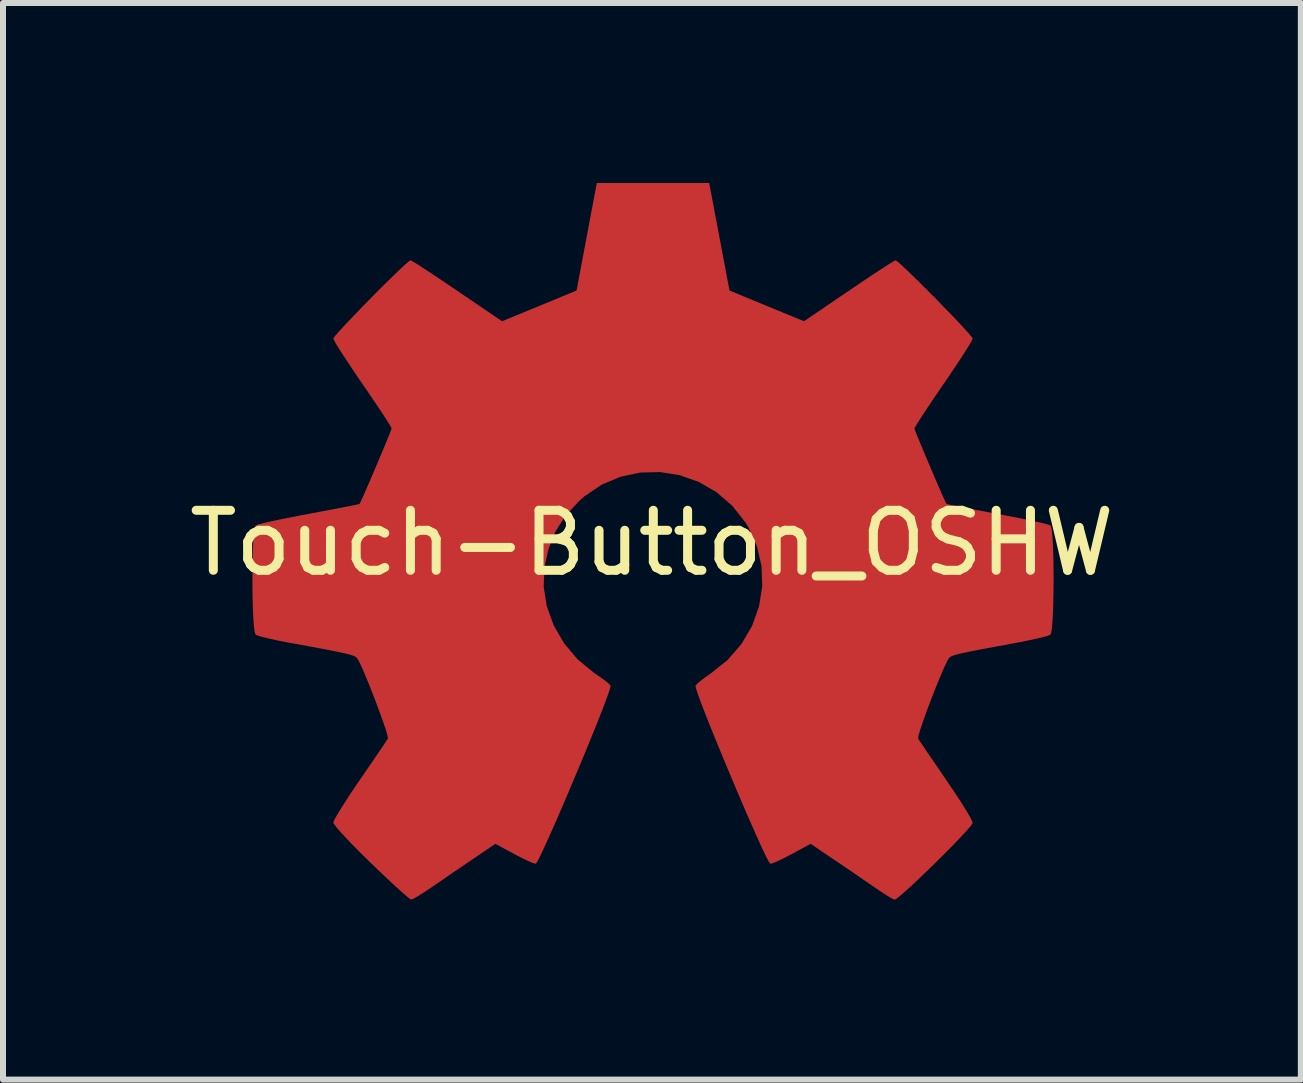
<source format=kicad_pcb>
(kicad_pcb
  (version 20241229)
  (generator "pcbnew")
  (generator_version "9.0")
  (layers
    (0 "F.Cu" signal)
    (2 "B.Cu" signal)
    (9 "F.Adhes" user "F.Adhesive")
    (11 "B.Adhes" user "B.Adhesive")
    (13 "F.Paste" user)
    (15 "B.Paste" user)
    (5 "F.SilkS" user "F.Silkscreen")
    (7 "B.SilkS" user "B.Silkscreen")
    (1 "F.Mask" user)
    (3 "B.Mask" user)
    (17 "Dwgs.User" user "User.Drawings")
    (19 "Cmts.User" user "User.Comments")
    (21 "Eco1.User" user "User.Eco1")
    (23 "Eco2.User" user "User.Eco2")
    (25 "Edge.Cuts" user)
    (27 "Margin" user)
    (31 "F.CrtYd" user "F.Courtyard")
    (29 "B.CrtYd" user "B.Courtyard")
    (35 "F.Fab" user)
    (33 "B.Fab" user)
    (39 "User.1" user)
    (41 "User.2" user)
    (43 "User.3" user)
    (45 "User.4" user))
  (footprint "Touch-Button_OSHW"
    (layer "F.Cu")
    (at 7.815 6)
    (property "Reference" "Touch-Button_OSHW" (at 0 0 0) (layer "F.SilkS") (effects (font (size 1 1) (thickness 0.15))))
    (attr exclude_from_pos_files exclude_from_bom)
    (pad "1" smd custom (at 0 -3) (size 1.524 1.524) (layers "F.Cu" "F.Mask") (options (anchor circle)) (primitives (gr_poly (pts (xy 1.12 -2.099) (xy 1.289 -1.204) (xy 1.912 -0.947) (xy 2.535 -0.69) (xy 3.282 -1.198) (xy 3.492 -1.34) (xy 3.681 -1.466) (xy 3.841 -1.571) (xy 3.964 -1.65) (xy 4.04 -1.696) (xy 4.06 -1.706) (xy 4.098 -1.681) (xy 4.177 -1.61) (xy 4.29 -1.503) (xy 4.428 -1.368) (xy 4.581 -1.216) (xy 4.741 -1.055) (xy 4.898 -0.893) (xy 5.045 -0.741) (xy 5.171 -0.607) (xy 5.268 -0.5) (xy 5.327 -0.429) (xy 5.341 -0.406) (xy 5.321 -0.362) (xy 5.264 -0.267) (xy 5.176 -0.128) (xy 5.063 0.043) (xy 4.932 0.238) (xy 4.856 0.349) (xy 4.717 0.553) (xy 4.594 0.736) (xy 4.492 0.891) (xy 4.418 1.007) (xy 4.376 1.076) (xy 4.37 1.091) (xy 4.384 1.132) (xy 4.422 1.228) (xy 4.479 1.366) (xy 4.548 1.531) (xy 4.624 1.711) (xy 4.701 1.892) (xy 4.774 2.06) (xy 4.836 2.202) (xy 4.882 2.304) (xy 4.906 2.352) (xy 4.907 2.354) (xy 4.945 2.363) (xy 5.046 2.384) (xy 5.2 2.414) (xy 5.395 2.452) (xy 5.622 2.495) (xy 5.755 2.519) (xy 5.998 2.566) (xy 6.217 2.61) (xy 6.402 2.649) (xy 6.541 2.681) (xy 6.623 2.704) (xy 6.639 2.711) (xy 6.656 2.76) (xy 6.669 2.871) (xy 6.679 3.03) (xy 6.686 3.226) (xy 6.689 3.444) (xy 6.69 3.672) (xy 6.687 3.897) (xy 6.682 4.106) (xy 6.673 4.286) (xy 6.662 4.424) (xy 6.647 4.507) (xy 6.638 4.525) (xy 6.586 4.546) (xy 6.474 4.575) (xy 6.318 4.61) (xy 6.133 4.648) (xy 6.069 4.66) (xy 5.757 4.717) (xy 5.511 4.763) (xy 5.322 4.799) (xy 5.183 4.829) (xy 5.084 4.852) (xy 5.018 4.872) (xy 4.978 4.89) (xy 4.953 4.907) (xy 4.95 4.911) (xy 4.916 4.967) (xy 4.865 5.077) (xy 4.801 5.226) (xy 4.729 5.401) (xy 4.655 5.59) (xy 4.584 5.778) (xy 4.521 5.953) (xy 4.471 6.1) (xy 4.439 6.207) (xy 4.431 6.259) (xy 4.432 6.261) (xy 4.46 6.304) (xy 4.524 6.399) (xy 4.616 6.535) (xy 4.732 6.704) (xy 4.862 6.894) (xy 4.899 6.949) (xy 5.032 7.145) (xy 5.149 7.324) (xy 5.243 7.475) (xy 5.309 7.589) (xy 5.34 7.655) (xy 5.341 7.663) (xy 5.316 7.706) (xy 5.244 7.79) (xy 5.136 7.907) (xy 5.001 8.047) (xy 4.848 8.202) (xy 4.685 8.363) (xy 4.524 8.519) (xy 4.371 8.664) (xy 4.238 8.786) (xy 4.132 8.878) (xy 4.064 8.931) (xy 4.045 8.939) (xy 4 8.919) (xy 3.91 8.865) (xy 3.788 8.786) (xy 3.695 8.722) (xy 3.525 8.605) (xy 3.324 8.467) (xy 3.122 8.33) (xy 3.013 8.257) (xy 2.646 8.008) (xy 2.338 8.175) (xy 2.197 8.248) (xy 2.078 8.305) (xy 1.997 8.337) (xy 1.977 8.341) (xy 1.952 8.308) (xy 1.903 8.214) (xy 1.834 8.068) (xy 1.748 7.879) (xy 1.649 7.655) (xy 1.54 7.405) (xy 1.426 7.137) (xy 1.309 6.861) (xy 1.194 6.585) (xy 1.084 6.317) (xy 0.982 6.067) (xy 0.893 5.842) (xy 0.82 5.652) (xy 0.767 5.506) (xy 0.737 5.411) (xy 0.732 5.379) (xy 0.77 5.338) (xy 0.854 5.27) (xy 0.966 5.191) (xy 0.976 5.185) (xy 1.266 4.953) (xy 1.5 4.682) (xy 1.675 4.382) (xy 1.79 4.06) (xy 1.844 3.725) (xy 1.833 3.386) (xy 1.755 3.052) (xy 1.61 2.731) (xy 1.567 2.66) (xy 1.344 2.377) (xy 1.08 2.149) (xy 0.786 1.979) (xy 0.469 1.866) (xy 0.139 1.813) (xy -0.195 1.821) (xy -0.523 1.89) (xy -0.838 2.022) (xy -1.129 2.219) (xy -1.219 2.299) (xy -1.448 2.548) (xy -1.615 2.811) (xy -1.73 3.105) (xy -1.794 3.397) (xy -1.809 3.725) (xy -1.757 4.055) (xy -1.641 4.375) (xy -1.468 4.674) (xy -1.243 4.942) (xy -0.971 5.166) (xy -0.935 5.19) (xy -0.822 5.268) (xy -0.736 5.335) (xy -0.694 5.378) (xy -0.694 5.379) (xy -0.703 5.425) (xy -0.738 5.531) (xy -0.795 5.686) (xy -0.872 5.884) (xy -0.964 6.114) (xy -1.067 6.368) (xy -1.179 6.638) (xy -1.295 6.915) (xy -1.411 7.19) (xy -1.525 7.455) (xy -1.632 7.701) (xy -1.729 7.919) (xy -1.812 8.1) (xy -1.877 8.237) (xy -1.921 8.32) (xy -1.939 8.341) (xy -1.994 8.325) (xy -2.096 8.279) (xy -2.228 8.213) (xy -2.3 8.175) (xy -2.609 8.008) (xy -2.976 8.257) (xy -3.163 8.384) (xy -3.369 8.524) (xy -3.561 8.656) (xy -3.657 8.722) (xy -3.793 8.813) (xy -3.907 8.885) (xy -3.986 8.929) (xy -4.012 8.938) (xy -4.049 8.913) (xy -4.132 8.843) (xy -4.252 8.735) (xy -4.401 8.597) (xy -4.572 8.435) (xy -4.68 8.331) (xy -4.868 8.146) (xy -5.031 7.98) (xy -5.162 7.841) (xy -5.254 7.736) (xy -5.301 7.671) (xy -5.305 7.658) (xy -5.284 7.608) (xy -5.227 7.508) (xy -5.139 7.366) (xy -5.028 7.194) (xy -4.899 7.002) (xy -4.862 6.949) (xy -4.728 6.754) (xy -4.608 6.578) (xy -4.509 6.432) (xy -4.437 6.325) (xy -4.398 6.267) (xy -4.394 6.261) (xy -4.4 6.215) (xy -4.429 6.113) (xy -4.478 5.97) (xy -4.54 5.798) (xy -4.61 5.61) (xy -4.684 5.421) (xy -4.756 5.243) (xy -4.821 5.091) (xy -4.874 4.976) (xy -4.91 4.914) (xy -4.913 4.911) (xy -4.935 4.893) (xy -4.972 4.875) (xy -5.032 4.856) (xy -5.124 4.833) (xy -5.255 4.805) (xy -5.434 4.77) (xy -5.668 4.726) (xy -5.967 4.671) (xy -6.031 4.66) (xy -6.223 4.623) (xy -6.39 4.586) (xy -6.517 4.554) (xy -6.591 4.53) (xy -6.601 4.525) (xy -6.617 4.475) (xy -6.63 4.364) (xy -6.641 4.204) (xy -6.648 4.008) (xy -6.652 3.79) (xy -6.653 3.562) (xy -6.65 3.337) (xy -6.645 3.128) (xy -6.637 2.948) (xy -6.625 2.811) (xy -6.611 2.728) (xy -6.602 2.711) (xy -6.553 2.694) (xy -6.442 2.666) (xy -6.279 2.63) (xy -6.076 2.588) (xy -5.844 2.543) (xy -5.718 2.519) (xy -5.478 2.474) (xy -5.264 2.434) (xy -5.086 2.399) (xy -4.955 2.373) (xy -4.882 2.358) (xy -4.87 2.354) (xy -4.85 2.315) (xy -4.806 2.22) (xy -4.746 2.083) (xy -4.675 1.918) (xy -4.598 1.738) (xy -4.522 1.557) (xy -4.451 1.389) (xy -4.392 1.245) (xy -4.351 1.142) (xy -4.333 1.091) (xy -4.333 1.089) (xy -4.353 1.049) (xy -4.41 0.957) (xy -4.498 0.822) (xy -4.611 0.653) (xy -4.742 0.459) (xy -4.819 0.348) (xy -4.958 0.144) (xy -5.081 -0.041) (xy -5.183 -0.198) (xy -5.258 -0.317) (xy -5.298 -0.39) (xy -5.304 -0.406) (xy -5.279 -0.444) (xy -5.209 -0.525) (xy -5.103 -0.64) (xy -4.971 -0.779) (xy -4.821 -0.935) (xy -4.662 -1.097) (xy -4.503 -1.257) (xy -4.353 -1.405) (xy -4.221 -1.533) (xy -4.115 -1.632) (xy -4.046 -1.692) (xy -4.022 -1.706) (xy -3.984 -1.686) (xy -3.894 -1.63) (xy -3.759 -1.542) (xy -3.589 -1.43) (xy -3.393 -1.298) (xy -3.245 -1.198) (xy -2.498 -0.69) (xy -1.874 -0.947) (xy -1.251 -1.204) (xy -0.914 -2.995) (xy 0.951 -2.995) (xy 1.12 -2.099)) (width 0.01) (fill yes)))))
  (gr_rect
    (start -3 -3)
    (end 18.631 14.944)
    (stroke (width 0.1) (type default))
    (fill no)
    (layer "Edge.Cuts")))
</source>
